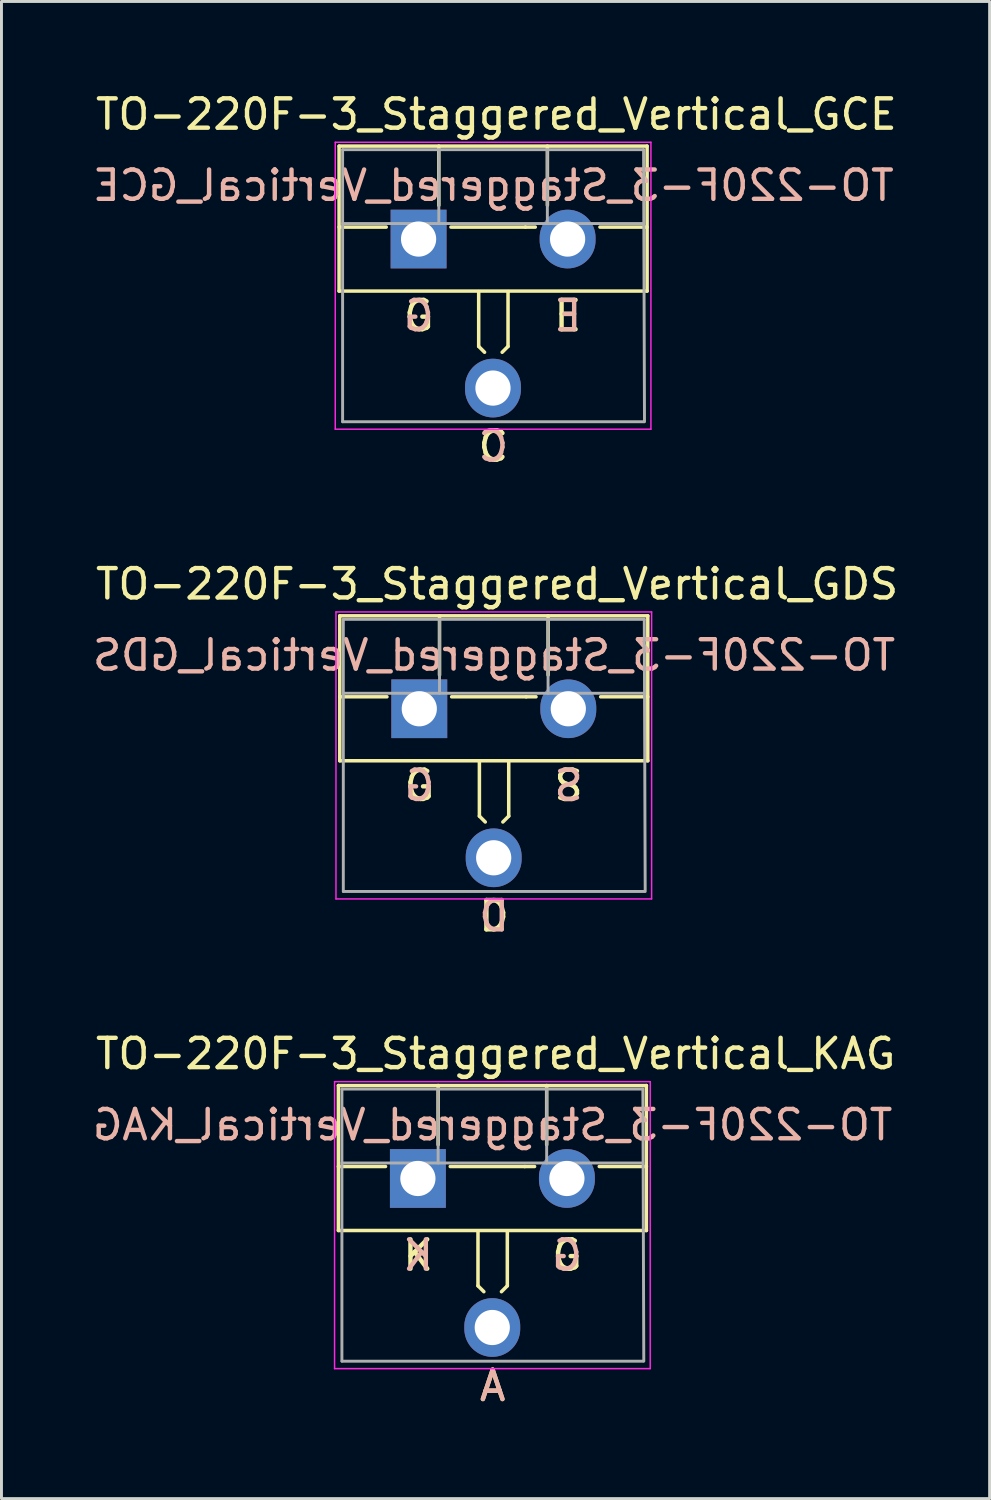
<source format=kicad_pcb>
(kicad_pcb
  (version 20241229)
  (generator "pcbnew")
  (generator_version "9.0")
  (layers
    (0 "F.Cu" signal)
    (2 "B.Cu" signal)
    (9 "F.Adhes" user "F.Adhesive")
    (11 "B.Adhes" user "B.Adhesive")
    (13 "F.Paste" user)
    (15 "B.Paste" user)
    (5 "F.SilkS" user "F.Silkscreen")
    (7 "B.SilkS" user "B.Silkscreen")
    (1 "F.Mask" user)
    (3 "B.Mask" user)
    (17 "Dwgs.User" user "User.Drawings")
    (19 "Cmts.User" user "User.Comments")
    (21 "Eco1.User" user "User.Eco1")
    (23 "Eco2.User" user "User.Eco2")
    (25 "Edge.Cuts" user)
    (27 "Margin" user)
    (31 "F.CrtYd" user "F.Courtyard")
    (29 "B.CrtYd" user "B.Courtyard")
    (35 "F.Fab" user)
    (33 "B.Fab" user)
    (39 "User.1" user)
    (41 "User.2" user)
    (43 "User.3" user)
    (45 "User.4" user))
  (footprint "TO-220F-3_Staggered_Vertical_GDS"
    (layer "F.Cu")
    (at 11.252 21.063)
    (property "Reference" "TO-220F-3_Staggered_Vertical_GDS" (at 2.642 -4.203 0) (layer "F.SilkS") (effects (font (size 1 1) (thickness 0.15))))
    (fp_line (start -2.719 -3.12) (end -2.719 1.821) (stroke (width 0.12) (type solid)) (layer "F.SilkS"))
    (fp_line (start -2.719 -3.12) (end 7.781 -3.12) (stroke (width 0.12) (type solid)) (layer "F.SilkS"))
    (fp_line (start -2.719 -0.36) (end -1.112 -0.36) (stroke (width 0.12) (type solid)) (layer "F.SilkS"))
    (fp_line (start -2.719 1.821) (end 7.781 1.821) (stroke (width 0.12) (type solid)) (layer "F.SilkS"))
    (fp_line (start 0.681 -3.12) (end 0.681 -1.102) (stroke (width 0.12) (type solid)) (layer "F.SilkS"))
    (fp_line (start 1.094 -0.36) (end 3.634 -0.36) (stroke (width 0.12) (type solid)) (layer "F.SilkS"))
    (fp_line (start 2.04 1.841) (end 2.04 3.707) (stroke (width 0.12) (type solid)) (layer "F.SilkS"))
    (fp_line (start 2.04 3.707) (end 2.24 3.907) (stroke (width 0.12) (type solid)) (layer "F.SilkS"))
    (fp_line (start 3.04 1.841) (end 3.04 3.707) (stroke (width 0.12) (type solid)) (layer "F.SilkS"))
    (fp_line (start 3.04 3.707) (end 2.84 3.907) (stroke (width 0.12) (type solid)) (layer "F.SilkS"))
    (fp_line (start 3.634 -0.36) (end 3.969 -0.36) (stroke (width 0.12) (type solid)) (layer "F.SilkS"))
    (fp_line (start 4.382 -3.12) (end 4.382 -1.102) (stroke (width 0.12) (type solid)) (layer "F.SilkS"))
    (fp_line (start 6.174 -0.36) (end 7.781 -0.36) (stroke (width 0.12) (type solid)) (layer "F.SilkS"))
    (fp_line (start 7.781 -3.12) (end 7.781 1.821) (stroke (width 0.12) (type solid)) (layer "F.SilkS"))
    (fp_line (start -2.849 -3.252) (end -2.849 6.53) (stroke (width 0.05) (type solid)) (layer "F.CrtYd"))
    (fp_line (start -2.849 6.53) (end 7.911 6.53) (stroke (width 0.05) (type solid)) (layer "F.CrtYd"))
    (fp_line (start 7.911 -3.252) (end -2.849 -3.252) (stroke (width 0.05) (type solid)) (layer "F.CrtYd"))
    (fp_line (start 7.911 6.53) (end 7.911 -3.252) (stroke (width 0.05) (type solid)) (layer "F.CrtYd"))
    (fp_line (start -2.599 -3) (end -2.599 6.276) (stroke (width 0.1) (type solid)) (layer "F.Fab"))
    (fp_line (start -2.599 -0.48) (end 7.661 -0.48) (stroke (width 0.1) (type solid)) (layer "F.Fab"))
    (fp_line (start -2.595 6.276) (end 7.665 6.276) (stroke (width 0.1) (type solid)) (layer "F.Fab"))
    (fp_line (start 0.681 -3) (end 0.681 -0.48) (stroke (width 0.1) (type solid)) (layer "F.Fab"))
    (fp_line (start 4.381 -3) (end 4.381 -0.48) (stroke (width 0.1) (type solid)) (layer "F.Fab"))
    (fp_line (start 7.661 -3) (end -2.599 -3) (stroke (width 0.1) (type solid)) (layer "F.Fab"))
    (fp_line (start 7.692 6.276) (end 7.661 -3) (stroke (width 0.1) (type solid)) (layer "F.Fab"))
    (fp_text user "D" (at 2.54 7.112 0) (unlocked yes) (layer "F.SilkS") (effects (font (size 1 1) (thickness 0.15))))
    (fp_text user "G" (at 0 2.667 0) (unlocked yes) (layer "F.SilkS") (effects (font (size 1 1) (thickness 0.15))))
    (fp_text user "S" (at 5.08 2.667 0) (unlocked yes) (layer "F.SilkS") (effects (font (size 1 1) (thickness 0.15))))
    (fp_text user "S" (at 5.08 2.667 0) (unlocked yes) (layer "B.SilkS") (effects (font (size 1 1) (thickness 0.15)) (justify mirror)))
    (fp_text user "D" (at 2.54 7.112 0) (unlocked yes) (layer "B.SilkS") (effects (font (size 1 1) (thickness 0.15)) (justify mirror)))
    (fp_text user "G" (at 0 2.667 0) (unlocked yes) (layer "B.SilkS") (effects (font (size 1 1) (thickness 0.15)) (justify mirror)))
    (fp_text user "${REFERENCE}" (at 2.54 -1.778 0) (layer "B.SilkS") (effects (font (size 1 1) (thickness 0.15)) (justify mirror)))
    (pad "1" thru_hole rect (at -0.009 0.048) (size 1.905 2) (drill 1.2) (layers "*.Cu" "*.Mask"))
    (pad "2" thru_hole oval (at 2.527 5.128) (size 1.905 2) (drill 1.2) (layers "*.Cu" "*.Mask"))
    (pad "3" thru_hole oval (at 5.071 0.048) (size 1.905 2) (drill 1.2) (layers "*.Cu" "*.Mask")))
  (footprint "TO-220F-3_Staggered_Vertical_KAG"
    (layer "F.Cu")
    (at 11.204 37.075)
    (property "Reference" "TO-220F-3_Staggered_Vertical_KAG" (at 2.642 -4.203 0) (layer "F.SilkS") (effects (font (size 1 1) (thickness 0.15))))
    (fp_line (start -2.719 -3.12) (end -2.719 1.821) (stroke (width 0.12) (type solid)) (layer "F.SilkS"))
    (fp_line (start -2.719 -3.12) (end 7.781 -3.12) (stroke (width 0.12) (type solid)) (layer "F.SilkS"))
    (fp_line (start -2.719 -0.36) (end -1.112 -0.36) (stroke (width 0.12) (type solid)) (layer "F.SilkS"))
    (fp_line (start -2.719 1.821) (end 7.781 1.821) (stroke (width 0.12) (type solid)) (layer "F.SilkS"))
    (fp_line (start 0.681 -3.12) (end 0.681 -1.102) (stroke (width 0.12) (type solid)) (layer "F.SilkS"))
    (fp_line (start 1.094 -0.36) (end 3.634 -0.36) (stroke (width 0.12) (type solid)) (layer "F.SilkS"))
    (fp_line (start 2.04 1.841) (end 2.04 3.707) (stroke (width 0.12) (type solid)) (layer "F.SilkS"))
    (fp_line (start 2.04 3.707) (end 2.24 3.907) (stroke (width 0.12) (type solid)) (layer "F.SilkS"))
    (fp_line (start 3.04 1.841) (end 3.04 3.707) (stroke (width 0.12) (type solid)) (layer "F.SilkS"))
    (fp_line (start 3.04 3.707) (end 2.84 3.907) (stroke (width 0.12) (type solid)) (layer "F.SilkS"))
    (fp_line (start 3.634 -0.36) (end 3.969 -0.36) (stroke (width 0.12) (type solid)) (layer "F.SilkS"))
    (fp_line (start 4.382 -3.12) (end 4.382 -1.102) (stroke (width 0.12) (type solid)) (layer "F.SilkS"))
    (fp_line (start 6.174 -0.36) (end 7.781 -0.36) (stroke (width 0.12) (type solid)) (layer "F.SilkS"))
    (fp_line (start 7.781 -3.12) (end 7.781 1.821) (stroke (width 0.12) (type solid)) (layer "F.SilkS"))
    (fp_line (start -2.849 -3.252) (end -2.849 6.53) (stroke (width 0.05) (type solid)) (layer "F.CrtYd"))
    (fp_line (start -2.849 6.53) (end 7.911 6.53) (stroke (width 0.05) (type solid)) (layer "F.CrtYd"))
    (fp_line (start 7.911 -3.252) (end -2.849 -3.252) (stroke (width 0.05) (type solid)) (layer "F.CrtYd"))
    (fp_line (start 7.911 6.53) (end 7.911 -3.252) (stroke (width 0.05) (type solid)) (layer "F.CrtYd"))
    (fp_line (start -2.599 -3) (end -2.599 6.276) (stroke (width 0.1) (type solid)) (layer "F.Fab"))
    (fp_line (start -2.599 -0.48) (end 7.661 -0.48) (stroke (width 0.1) (type solid)) (layer "F.Fab"))
    (fp_line (start -2.595 6.276) (end 7.665 6.276) (stroke (width 0.1) (type solid)) (layer "F.Fab"))
    (fp_line (start 0.681 -3) (end 0.681 -0.48) (stroke (width 0.1) (type solid)) (layer "F.Fab"))
    (fp_line (start 4.381 -3) (end 4.381 -0.48) (stroke (width 0.1) (type solid)) (layer "F.Fab"))
    (fp_line (start 7.661 -3) (end -2.599 -3) (stroke (width 0.1) (type solid)) (layer "F.Fab"))
    (fp_line (start 7.692 6.276) (end 7.661 -3) (stroke (width 0.1) (type solid)) (layer "F.Fab"))
    (fp_text user "K" (at 0 2.667 0) (unlocked yes) (layer "F.SilkS") (effects (font (size 1 1) (thickness 0.15))))
    (fp_text user "G" (at 5.08 2.667 0) (unlocked yes) (layer "F.SilkS") (effects (font (size 1 1) (thickness 0.15))))
    (fp_text user "A" (at 2.54 7.112 0) (unlocked yes) (layer "F.SilkS") (effects (font (size 1 1) (thickness 0.15))))
    (fp_text user "${REFERENCE}" (at 2.54 -1.778 0) (layer "B.SilkS") (effects (font (size 1 1) (thickness 0.15)) (justify mirror)))
    (fp_text user "K" (at 0 2.667 0) (unlocked yes) (layer "B.SilkS") (effects (font (size 1 1) (thickness 0.15)) (justify mirror)))
    (fp_text user "G" (at 5.08 2.667 0) (unlocked yes) (layer "B.SilkS") (effects (font (size 1 1) (thickness 0.15)) (justify mirror)))
    (fp_text user "A" (at 2.54 7.112 0) (unlocked yes) (layer "B.SilkS") (effects (font (size 1 1) (thickness 0.15)) (justify mirror)))
    (pad "1" thru_hole rect (at -0.009 0.048) (size 1.905 2) (drill 1.2) (layers "*.Cu" "*.Mask"))
    (pad "2" thru_hole oval (at 2.527 5.128) (size 1.905 2) (drill 1.2) (layers "*.Cu" "*.Mask"))
    (pad "3" thru_hole oval (at 5.071 0.048) (size 1.905 2) (drill 1.2) (layers "*.Cu" "*.Mask")))
  (footprint "TO-220F-3_Staggered_Vertical_GCE"
    (layer "F.Cu")
    (at 11.228 5.051)
    (property "Reference" "TO-220F-3_Staggered_Vertical_GCE" (at 2.642 -4.203 0) (layer "F.SilkS") (effects (font (size 1 1) (thickness 0.15))))
    (fp_line (start -2.719 -3.12) (end -2.719 1.821) (stroke (width 0.12) (type solid)) (layer "F.SilkS"))
    (fp_line (start -2.719 -3.12) (end 7.781 -3.12) (stroke (width 0.12) (type solid)) (layer "F.SilkS"))
    (fp_line (start -2.719 -0.36) (end -1.112 -0.36) (stroke (width 0.12) (type solid)) (layer "F.SilkS"))
    (fp_line (start -2.719 1.821) (end 7.781 1.821) (stroke (width 0.12) (type solid)) (layer "F.SilkS"))
    (fp_line (start 0.681 -3.12) (end 0.681 -1.102) (stroke (width 0.12) (type solid)) (layer "F.SilkS"))
    (fp_line (start 1.094 -0.36) (end 3.634 -0.36) (stroke (width 0.12) (type solid)) (layer "F.SilkS"))
    (fp_line (start 2.04 1.841) (end 2.04 3.707) (stroke (width 0.12) (type solid)) (layer "F.SilkS"))
    (fp_line (start 2.04 3.707) (end 2.24 3.907) (stroke (width 0.12) (type solid)) (layer "F.SilkS"))
    (fp_line (start 3.04 1.841) (end 3.04 3.707) (stroke (width 0.12) (type solid)) (layer "F.SilkS"))
    (fp_line (start 3.04 3.707) (end 2.84 3.907) (stroke (width 0.12) (type solid)) (layer "F.SilkS"))
    (fp_line (start 3.634 -0.36) (end 3.969 -0.36) (stroke (width 0.12) (type solid)) (layer "F.SilkS"))
    (fp_line (start 4.382 -3.12) (end 4.382 -1.102) (stroke (width 0.12) (type solid)) (layer "F.SilkS"))
    (fp_line (start 6.174 -0.36) (end 7.781 -0.36) (stroke (width 0.12) (type solid)) (layer "F.SilkS"))
    (fp_line (start 7.781 -3.12) (end 7.781 1.821) (stroke (width 0.12) (type solid)) (layer "F.SilkS"))
    (fp_line (start -2.849 -3.252) (end -2.849 6.53) (stroke (width 0.05) (type solid)) (layer "F.CrtYd"))
    (fp_line (start -2.849 6.53) (end 7.911 6.53) (stroke (width 0.05) (type solid)) (layer "F.CrtYd"))
    (fp_line (start 7.911 -3.252) (end -2.849 -3.252) (stroke (width 0.05) (type solid)) (layer "F.CrtYd"))
    (fp_line (start 7.911 6.53) (end 7.911 -3.252) (stroke (width 0.05) (type solid)) (layer "F.CrtYd"))
    (fp_line (start -2.599 -3) (end -2.599 6.276) (stroke (width 0.1) (type solid)) (layer "F.Fab"))
    (fp_line (start -2.599 -0.48) (end 7.661 -0.48) (stroke (width 0.1) (type solid)) (layer "F.Fab"))
    (fp_line (start -2.595 6.276) (end 7.665 6.276) (stroke (width 0.1) (type solid)) (layer "F.Fab"))
    (fp_line (start 0.681 -3) (end 0.681 -0.48) (stroke (width 0.1) (type solid)) (layer "F.Fab"))
    (fp_line (start 4.381 -3) (end 4.381 -0.48) (stroke (width 0.1) (type solid)) (layer "F.Fab"))
    (fp_line (start 7.661 -3) (end -2.599 -3) (stroke (width 0.1) (type solid)) (layer "F.Fab"))
    (fp_line (start 7.692 6.276) (end 7.661 -3) (stroke (width 0.1) (type solid)) (layer "F.Fab"))
    (fp_text user "G" (at 0 2.667 0) (unlocked yes) (layer "F.SilkS") (effects (font (size 1 1) (thickness 0.15))))
    (fp_text user "C" (at 2.54 7.112 0) (unlocked yes) (layer "F.SilkS") (effects (font (size 1 1) (thickness 0.15))))
    (fp_text user "E" (at 5.08 2.667 0) (unlocked yes) (layer "F.SilkS") (effects (font (size 1 1) (thickness 0.15))))
    (fp_text user "C" (at 2.54 7.112 0) (unlocked yes) (layer "B.SilkS") (effects (font (size 1 1) (thickness 0.15)) (justify mirror)))
    (fp_text user "${REFERENCE}" (at 2.54 -1.778 0) (layer "B.SilkS") (effects (font (size 1 1) (thickness 0.15)) (justify mirror)))
    (fp_text user "G" (at 0 2.667 0) (unlocked yes) (layer "B.SilkS") (effects (font (size 1 1) (thickness 0.15)) (justify mirror)))
    (fp_text user "E" (at 5.08 2.667 0) (unlocked yes) (layer "B.SilkS") (effects (font (size 1 1) (thickness 0.15)) (justify mirror)))
    (pad "1" thru_hole rect (at -0.009 0.048) (size 1.905 2) (drill 1.2) (layers "*.Cu" "*.Mask"))
    (pad "2" thru_hole oval (at 2.527 5.128) (size 1.905 2) (drill 1.2) (layers "*.Cu" "*.Mask"))
    (pad "3" thru_hole oval (at 5.071 0.048) (size 1.905 2) (drill 1.2) (layers "*.Cu" "*.Mask")))
  (gr_rect
    (start -3 -3)
    (end 30.685 48.035)
    (stroke (width 0.1) (type default))
    (fill no)
    (layer "Edge.Cuts")))
</source>
